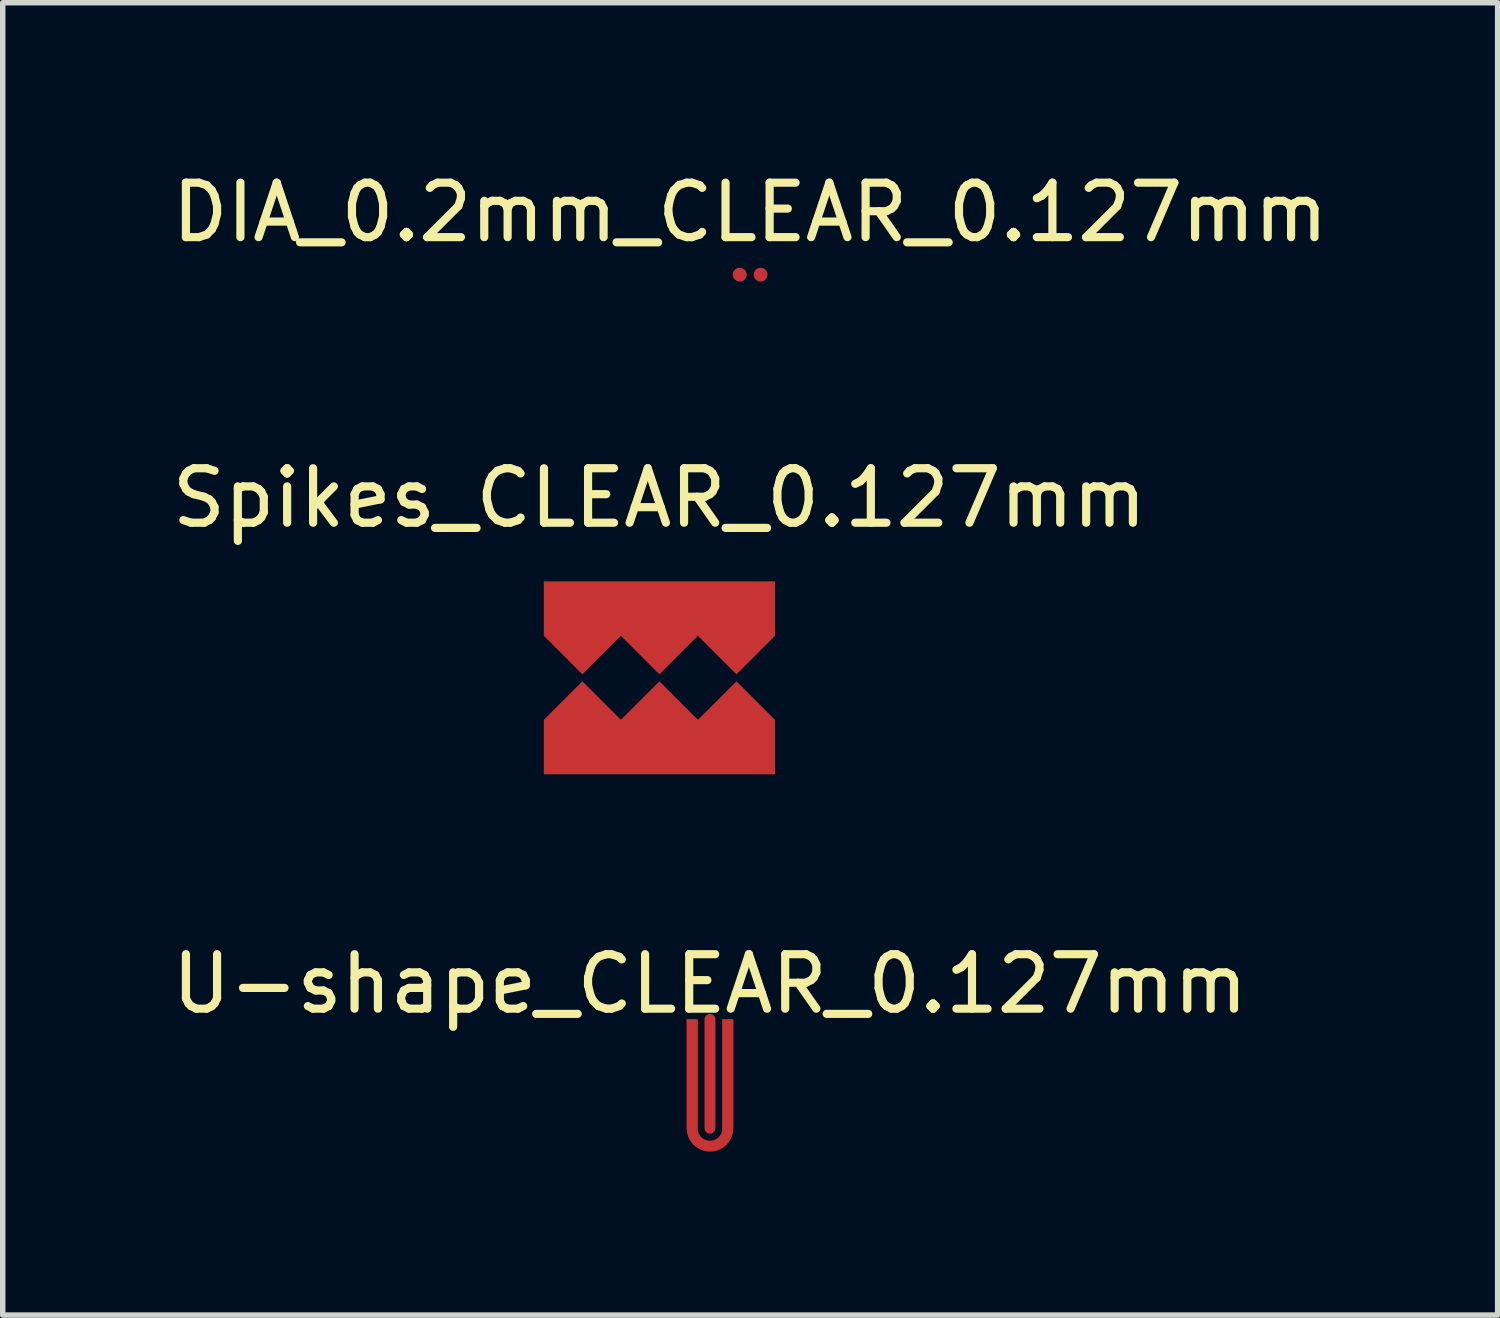
<source format=kicad_pcb>
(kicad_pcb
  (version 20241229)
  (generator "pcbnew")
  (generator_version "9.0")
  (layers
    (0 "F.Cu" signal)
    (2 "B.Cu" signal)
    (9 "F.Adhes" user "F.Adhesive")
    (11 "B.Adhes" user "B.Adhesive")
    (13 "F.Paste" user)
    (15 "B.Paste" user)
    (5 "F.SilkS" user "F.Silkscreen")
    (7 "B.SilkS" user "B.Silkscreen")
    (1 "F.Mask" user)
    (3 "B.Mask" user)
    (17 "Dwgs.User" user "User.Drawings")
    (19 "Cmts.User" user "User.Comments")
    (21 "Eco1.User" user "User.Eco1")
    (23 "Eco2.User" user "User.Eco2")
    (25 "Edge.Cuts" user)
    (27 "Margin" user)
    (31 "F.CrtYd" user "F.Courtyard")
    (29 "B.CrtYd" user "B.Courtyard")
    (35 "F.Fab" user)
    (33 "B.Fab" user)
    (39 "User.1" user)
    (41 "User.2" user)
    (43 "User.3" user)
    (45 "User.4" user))
  (footprint "DIA_0.2mm_CLEAR_0.127mm"
    (layer "F.Cu")
    (at 10.72 1.991)
    (property "Reference" "DIA_0.2mm_CLEAR_0.127mm" (at 0 -1.143 0) (unlocked yes) (layer "F.SilkS") (effects (font (size 1 1) (thickness 0.15))))
    (attr smd)
    (pad "1" smd circle (at -0.191 0) (size 0.254 0.254) (layers "F.Cu" "F.Mask"))
    (pad "2" smd circle (at 0.191 0) (size 0.254 0.254) (layers "F.Cu" "F.Mask")))
  (footprint "Spikes_CLEAR_0.127mm"
    (layer "F.Cu")
    (at 9.054 9.392)
    (property "Reference" "Spikes_CLEAR_0.127mm" (at 0 -3.302 0) (unlocked yes) (layer "F.SilkS") (effects (font (size 1 1) (thickness 0.15))))
    (attr smd)
    (pad "1" smd rect (at -1.414 -0.771 45) (size 1 1) (layers "F.Cu" "F.Mask"))
    (pad "1" smd rect (at 0 -1.271) (size 4.243 1) (layers "F.Cu" "F.Mask"))
    (pad "1" smd rect (at 0 -0.771 45) (size 1 1) (layers "F.Cu" "F.Mask"))
    (pad "1" smd rect (at 1.414 -0.771 45) (size 1 1) (layers "F.Cu" "F.Mask"))
    (pad "2" smd rect (at -1.414 0.771 45) (size 1 1) (layers "F.Cu" "F.Mask"))
    (pad "2" smd rect (at 0 0.771 45) (size 1 1) (layers "F.Cu" "F.Mask"))
    (pad "2" smd rect (at 0 1.271) (size 4.243 1) (layers "F.Cu" "F.Mask"))
    (pad "2" smd rect (at 1.414 0.771 45) (size 1 1) (layers "F.Cu" "F.Mask")))
  (footprint "U-shape_CLEAR_0.127mm"
    (layer "F.Cu")
    (at 9.982 16.661)
    (property "Reference" "U-shape_CLEAR_0.127mm" (at 0 -1.651 0) (unlocked yes) (layer "F.SilkS") (effects (font (size 1 1) (thickness 0.15))))
    (attr smd)
    (fp_poly (pts (xy 0.427 -1) (arc (start 0.427 1) (mid 0 1.427) (end -0.427 1)) (xy -0.427 -1) (xy -0.227 -1) (arc (start -0.227 1) (mid 0 1.227) (end 0.227 1)) (xy 0.227 -1)) (stroke (width 0) (type solid)) (fill yes) (layer "F.Cu"))
    (pad "1" smd roundrect (at 0 0) (size 0.2 2.2) (layers "F.Cu" "F.Mask") (roundrect_rratio 0.5))
    (pad "2" smd rect (at -0.327 0) (size 0.2 2) (layers "F.Cu" "F.Mask"))
    (pad "2" smd custom (at 0.327 0) (size 0.2 2) (layers "F.Cu" "F.Mask") (options (anchor rect)) (primitives)))
  (gr_rect
    (start -3 -3)
    (end 24.44 21.089)
    (stroke (width 0.1) (type default))
    (fill no)
    (layer "Edge.Cuts")))
</source>
